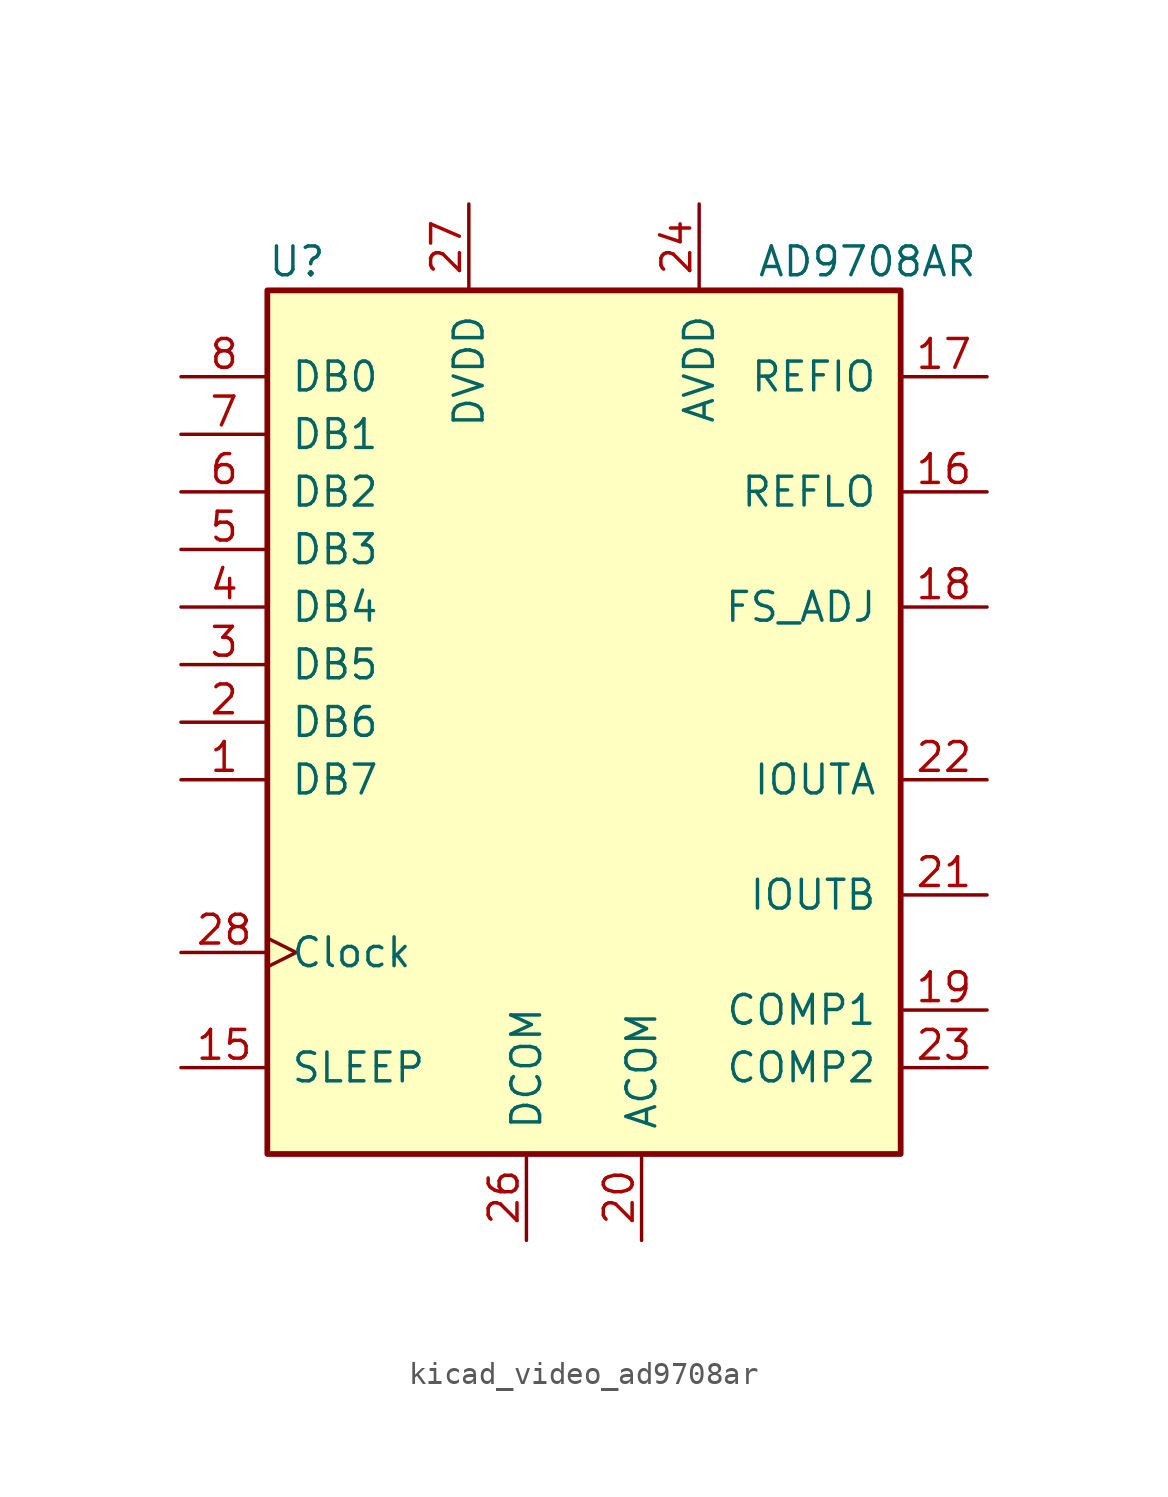
<source format=kicad_sym>
(kicad_symbol_lib
  (version 20220914)
  (generator kicad_symbol_editor)
  (symbol "kicad_video_ad9708ar"
    (pin_names
      (offset 1.016))
    (property "Reference" "U"
      (at -13.97 20.32 0)
      (effects (font (size 1.27 1.27)) (justify left)))
    (property "Value" "AD9708AR"
      (at 7.62 20.32 0)
      (effects (font (size 1.27 1.27)) (justify left)))
    (symbol "kicad_video_ad9708ar_0_1"
      (rectangle (start -13.97 19.05) (end 13.97 -19.05) (stroke (width 0.254) (type default)) (fill (type background))))
    (symbol "kicad_video_ad9708ar_1_1"
      (pin input line (at -17.78 -2.54 0) (length 3.81) (name "DB7" (effects (font (size 1.27 1.27)))) (number "1" (effects (font (size 1.27 1.27)))))
      (pin input line (at -17.78 -15.24 0) (length 3.81) (name "SLEEP" (effects (font (size 1.27 1.27)))) (number "15" (effects (font (size 1.27 1.27)))))
      (pin power_in line (at 17.78 10.16 180) (length 3.81) (name "REFLO" (effects (font (size 1.27 1.27)))) (number "16" (effects (font (size 1.27 1.27)))))
      (pin bidirectional line (at 17.78 15.24 180) (length 3.81) (name "REFIO" (effects (font (size 1.27 1.27)))) (number "17" (effects (font (size 1.27 1.27)))))
      (pin output line (at 17.78 5.08 180) (length 3.81) (name "FS_ADJ" (effects (font (size 1.27 1.27)))) (number "18" (effects (font (size 1.27 1.27)))))
      (pin bidirectional line (at 17.78 -12.7 180) (length 3.81) (name "COMP1" (effects (font (size 1.27 1.27)))) (number "19" (effects (font (size 1.27 1.27)))))
      (pin input line (at -17.78 0 0) (length 3.81) (name "DB6" (effects (font (size 1.27 1.27)))) (number "2" (effects (font (size 1.27 1.27)))))
      (pin power_in line (at 2.54 -22.86 90) (length 3.81) (name "ACOM" (effects (font (size 1.27 1.27)))) (number "20" (effects (font (size 1.27 1.27)))))
      (pin output line (at 17.78 -7.62 180) (length 3.81) (name "IOUTB" (effects (font (size 1.27 1.27)))) (number "21" (effects (font (size 1.27 1.27)))))
      (pin output line (at 17.78 -2.54 180) (length 3.81) (name "IOUTA" (effects (font (size 1.27 1.27)))) (number "22" (effects (font (size 1.27 1.27)))))
      (pin bidirectional line (at 17.78 -15.24 180) (length 3.81) (name "COMP2" (effects (font (size 1.27 1.27)))) (number "23" (effects (font (size 1.27 1.27)))))
      (pin power_in line (at 5.08 22.86 270) (length 3.81) (name "AVDD" (effects (font (size 1.27 1.27)))) (number "24" (effects (font (size 1.27 1.27)))))
      (pin power_in line (at -2.54 -22.86 90) (length 3.81) (name "DCOM" (effects (font (size 1.27 1.27)))) (number "26" (effects (font (size 1.27 1.27)))))
      (pin power_in line (at -5.08 22.86 270) (length 3.81) (name "DVDD" (effects (font (size 1.27 1.27)))) (number "27" (effects (font (size 1.27 1.27)))))
      (pin input clock (at -17.78 -10.16 0) (length 3.81) (name "Clock" (effects (font (size 1.27 1.27)))) (number "28" (effects (font (size 1.27 1.27)))))
      (pin input line (at -17.78 2.54 0) (length 3.81) (name "DB5" (effects (font (size 1.27 1.27)))) (number "3" (effects (font (size 1.27 1.27)))))
      (pin input line (at -17.78 5.08 0) (length 3.81) (name "DB4" (effects (font (size 1.27 1.27)))) (number "4" (effects (font (size 1.27 1.27)))))
      (pin input line (at -17.78 7.62 0) (length 3.81) (name "DB3" (effects (font (size 1.27 1.27)))) (number "5" (effects (font (size 1.27 1.27)))))
      (pin input line (at -17.78 10.16 0) (length 3.81) (name "DB2" (effects (font (size 1.27 1.27)))) (number "6" (effects (font (size 1.27 1.27)))))
      (pin input line (at -17.78 12.7 0) (length 3.81) (name "DB1" (effects (font (size 1.27 1.27)))) (number "7" (effects (font (size 1.27 1.27)))))
      (pin input line (at -17.78 15.24 0) (length 3.81) (name "DB0" (effects (font (size 1.27 1.27)))) (number "8" (effects (font (size 1.27 1.27))))))))
</source>
